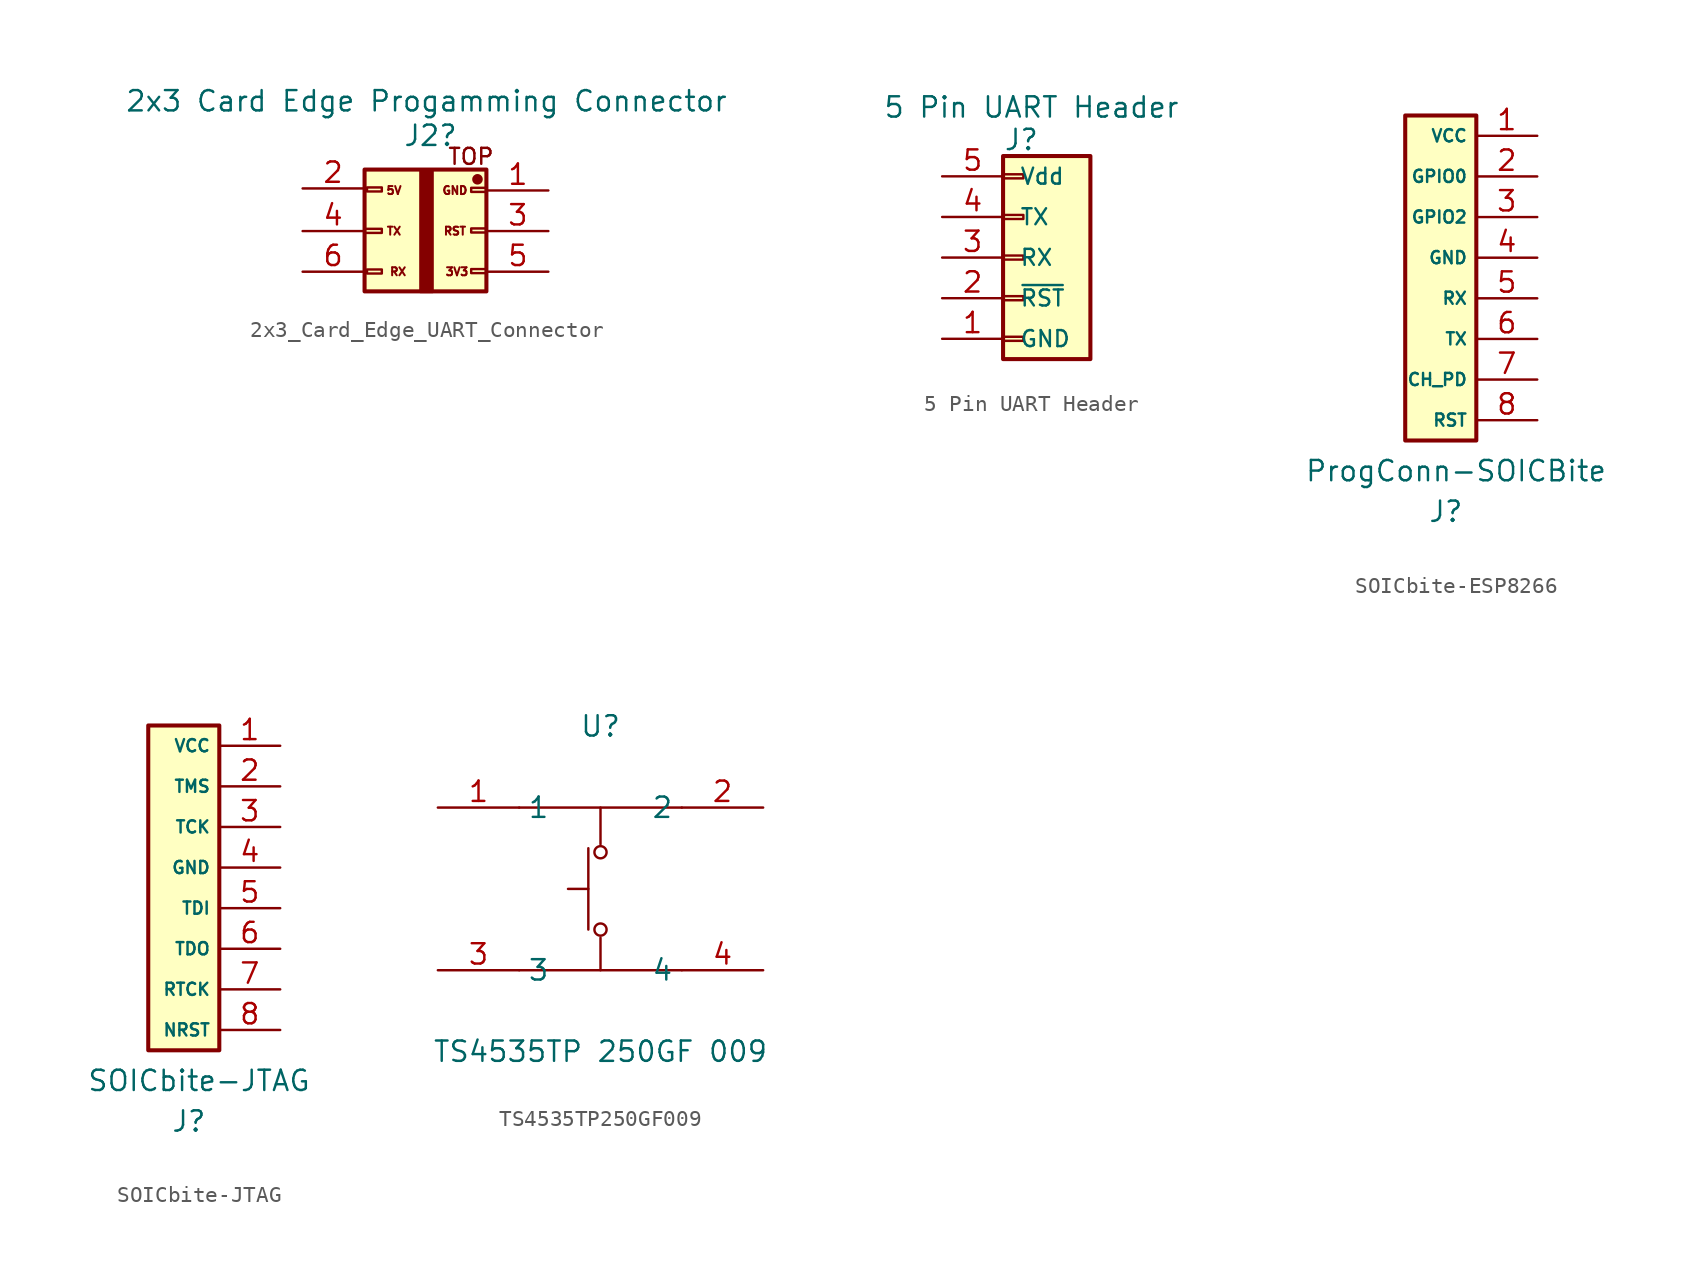
<source format=kicad_sym>
(kicad_symbol_lib
  (version 20220914)
  (generator kicad_symbol_editor)
  (symbol "2x3_Card_Edge_UART_Connector"
    (pin_names
      (offset 1.016) hide)
    (property "Reference" "J2"
      (at 0.508 2.54 0)
      (effects (font (size 1.27 1.27))))
    (property "Value" "2x3 Card Edge Progamming Connector"
      (at 0.254 4.699 0)
      (effects (font (size 1.27 1.27))))
    (symbol "2x3_Card_Edge_UART_Connector_1_1"
      (rectangle (start -3.619 -3.289) (end -2.54 -3.543) (stroke (width 0.152) (type default)) (fill (type none)))
      (rectangle (start -3.619 0.419) (end 4 -7.201) (stroke (width 0.254) (type default)) (fill (type background)))
      (rectangle (start -3.467 -5.829) (end -2.54 -6.083) (stroke (width 0.152) (type default)) (fill (type none)))
      (rectangle (start -3.467 -0.699) (end -2.54 -0.953) (stroke (width 0.152) (type default)) (fill (type none)))
      (rectangle (start -0.127 0.381) (end 0.635 -7.239) (stroke (width 0) (type default)) (fill (type outline)))
      (rectangle (start 3.048 -5.804) (end 4 -6.058) (stroke (width 0.152) (type default)) (fill (type none)))
      (rectangle (start 3.048 -3.264) (end 4 -3.518) (stroke (width 0.152) (type default)) (fill (type none)))
      (rectangle (start 3.048 -0.724) (end 4 -0.978) (stroke (width 0.152) (type default)) (fill (type none)))
      (circle (center 3.442 -0.191) (radius 0.254) (stroke (width 0) (type default)) (fill (type outline)))
      (text "3V3\n" (at 2.159 -5.969 0) (effects (font (size 0.5 0.5))))
      (text "5V\n" (at -1.778 -0.889 0) (effects (font (size 0.5 0.5))))
      (text "GND" (at 2.032 -0.889 0) (effects (font (size 0.5 0.5))))
      (text "RST" (at 2.032 -3.429 0) (effects (font (size 0.5 0.5))))
      (text "RX" (at -1.524 -5.969 0) (effects (font (size 0.5 0.5))))
      (text "TOP" (at 3.035 1.232 0) (effects (font (size 1 1))))
      (text "TX" (at -1.778 -3.429 0) (effects (font (size 0.5 0.5))))
      (pin passive line (at 7.874 -0.889 180) (length 3.81) (name "GND" (effects (font (size 1.27 1.27)))) (number "1" (effects (font (size 1.27 1.27)))))
      (pin power_out line (at -7.493 -0.762 0) (length 3.81) (name "5V" (effects (font (size 1.27 1.27)))) (number "2" (effects (font (size 1.27 1.27)))))
      (pin passive line (at 7.874 -3.429 180) (length 3.81) (name "RST" (effects (font (size 1.27 1.27)))) (number "3" (effects (font (size 1.27 1.27)))))
      (pin passive line (at -7.493 -3.429 0) (length 3.81) (name "TX" (effects (font (size 1.27 1.27)))) (number "4" (effects (font (size 1.27 1.27)))))
      (pin power_out line (at 7.874 -5.969 180) (length 3.81) (name "3V3" (effects (font (size 1.27 1.27)))) (number "5" (effects (font (size 1.27 1.27)))))
      (pin passive line (at -7.493 -5.969 0) (length 3.81) (name "RX" (effects (font (size 1.27 1.27)))) (number "6" (effects (font (size 1.27 1.27)))))))
  (symbol "5 Pin UART Header"
    (pin_names
      (offset 1.016))
    (property "Reference" "J"
      (at -0.127 7.366 0)
      (effects (font (size 1.27 1.27))))
    (property "Value" "5 Pin UART Header"
      (at 0.508 9.398 0)
      (effects (font (size 1.27 1.27))))
    (symbol "5 Pin UART Header_1_1"
      (rectangle (start -1.27 -4.953) (end 0 -5.207) (stroke (width 0.152) (type default)) (fill (type none)))
      (rectangle (start -1.27 6.35) (end 4.191 -6.35) (stroke (width 0.254) (type default)) (fill (type background)))
      (rectangle (start 0 -2.413) (end -1.27 -2.667) (stroke (width 0.152) (type default)) (fill (type none)))
      (rectangle (start 0 0.127) (end -1.27 -0.127) (stroke (width 0.152) (type default)) (fill (type none)))
      (rectangle (start 0 2.667) (end -1.27 2.413) (stroke (width 0.152) (type default)) (fill (type none)))
      (rectangle (start 0 5.207) (end -1.27 4.953) (stroke (width 0.152) (type default)) (fill (type none)))
      (pin passive line (at -5.08 -5.08 0) (length 3.81) (name "GND" (effects (font (size 1 1)))) (number "1" (effects (font (size 1.27 1.27)))))
      (pin passive line (at -5.08 -2.54 0) (length 3.81) (name "~{RST}" (effects (font (size 1 1)))) (number "2" (effects (font (size 1.27 1.27)))))
      (pin passive line (at -5.08 0 0) (length 3.81) (name "RX" (effects (font (size 1 1)))) (number "3" (effects (font (size 1.27 1.27)))))
      (pin passive line (at -5.08 2.54 0) (length 3.81) (name "TX" (effects (font (size 1 1)))) (number "4" (effects (font (size 1.27 1.27)))))
      (pin passive line (at -5.08 5.08 0) (length 3.81) (name "Vdd" (effects (font (size 1 1)))) (number "5" (effects (font (size 1.27 1.27)))))))
  (symbol "SOICbite-ESP8266"
    (property "Reference" "J"
      (at -8.255 -1.905 0)
      (effects (font (size 1.27 1.27))))
    (property "Value" "ProgConn-SOICBite"
      (at -7.62 0.635 0)
      (effects (font (size 1.27 1.27))))
    (symbol "SOICbite-ESP8266_1_1"
      (rectangle (start -10.795 22.86) (end -6.35 2.54) (stroke (width 0.254) (type default)) (fill (type background)))
      (pin passive line (at -2.54 21.59 180) (length 3.81) (name "VCC" (effects (font (size 0.762 0.762)))) (number "1" (effects (font (size 1.27 1.27)))))
      (pin passive line (at -2.54 19.05 180) (length 3.81) (name "GPIO0" (effects (font (size 0.762 0.762)))) (number "2" (effects (font (size 1.27 1.27)))))
      (pin passive line (at -2.54 16.51 180) (length 3.81) (name "GPIO2" (effects (font (size 0.762 0.762)))) (number "3" (effects (font (size 1.27 1.27)))))
      (pin passive line (at -2.54 13.97 180) (length 3.81) (name "GND" (effects (font (size 0.762 0.762)))) (number "4" (effects (font (size 1.27 1.27)))))
      (pin passive line (at -2.54 11.43 180) (length 3.81) (name "RX" (effects (font (size 0.762 0.762)))) (number "5" (effects (font (size 1.27 1.27)))))
      (pin passive line (at -2.54 8.89 180) (length 3.81) (name "TX" (effects (font (size 0.762 0.762)))) (number "6" (effects (font (size 1.27 1.27)))))
      (pin passive line (at -2.54 6.35 180) (length 3.81) (name "CH_PD" (effects (font (size 0.762 0.762)))) (number "7" (effects (font (size 1.27 1.27)))))
      (pin passive line (at -2.54 3.81 180) (length 3.81) (name "RST" (effects (font (size 0.762 0.762)))) (number "8" (effects (font (size 1.27 1.27)))))))
  (symbol "SOICbite-JTAG"
    (property "Reference" "J"
      (at -8.255 -1.905 0)
      (effects (font (size 1.27 1.27))))
    (property "Value" "SOICbite-JTAG"
      (at -7.62 0.635 0)
      (effects (font (size 1.27 1.27))))
    (symbol "SOICbite-JTAG_1_1"
      (rectangle (start -10.795 22.86) (end -6.35 2.54) (stroke (width 0.254) (type default)) (fill (type background)))
      (pin passive line (at -2.54 21.59 180) (length 3.81) (name "VCC" (effects (font (size 0.762 0.762)))) (number "1" (effects (font (size 1.27 1.27)))))
      (pin passive line (at -2.54 19.05 180) (length 3.81) (name "TMS" (effects (font (size 0.762 0.762)))) (number "2" (effects (font (size 1.27 1.27)))))
      (pin passive line (at -2.54 16.51 180) (length 3.81) (name "TCK" (effects (font (size 0.762 0.762)))) (number "3" (effects (font (size 1.27 1.27)))))
      (pin passive line (at -2.54 13.97 180) (length 3.81) (name "GND" (effects (font (size 0.762 0.762)))) (number "4" (effects (font (size 1.27 1.27)))))
      (pin passive line (at -2.54 11.43 180) (length 3.81) (name "TDI" (effects (font (size 0.762 0.762)))) (number "5" (effects (font (size 1.27 1.27)))))
      (pin passive line (at -2.54 8.89 180) (length 3.81) (name "TDO" (effects (font (size 0.762 0.762)))) (number "6" (effects (font (size 1.27 1.27)))))
      (pin passive line (at -2.54 6.35 180) (length 3.81) (name "RTCK" (effects (font (size 0.762 0.762)))) (number "7" (effects (font (size 1.27 1.27)))))
      (pin passive line (at -2.54 3.81 180) (length 3.81) (name "NRST" (effects (font (size 0.762 0.762)))) (number "8" (effects (font (size 1.27 1.27)))))))
  (symbol "TS4535TP250GF009"
    (property "Reference" "U"
      (at 0 10.16 0)
      (effects (font (size 1.27 1.27))))
    (property "Value" "TS4535TP 250GF 009"
      (at 0 -10.16 0)
      (effects (font (size 1.27 1.27))))
    (symbol "TS4535TP250GF009_0_1"
      (circle (center 0.00 -2.54) (radius 0.38) (stroke (width 0) (type default) (color 0 0 0 0)) (fill (type none)))
      (circle (center 0.00 2.29) (radius 0.38) (stroke (width 0) (type default) (color 0 0 0 0)) (fill (type none)))
      (polyline (pts (xy -5.08 -5.08) (xy 5.08 -5.08)) (stroke (width 0) (type default) (color 0 0 0 0)) (fill (type none)))
      (polyline (pts (xy -5.08 5.08) (xy 5.08 5.08)) (stroke (width 0) (type default) (color 0 0 0 0)) (fill (type none)))
      (polyline (pts (xy 0.00 -5.08) (xy 0.00 -3.05)) (stroke (width 0) (type default) (color 0 0 0 0)) (fill (type none)))
      (polyline (pts (xy 0.00 5.08) (xy 0.00 2.79)) (stroke (width 0) (type default) (color 0 0 0 0)) (fill (type none)))
      (polyline (pts (xy -0.76 2.54) (xy -0.76 -2.54)) (stroke (width 0) (type default) (color 0 0 0 0)) (fill (type none)))
      (polyline (pts (xy -2.03 -0.00) (xy -0.76 -0.00)) (stroke (width 0) (type default) (color 0 0 0 0)) (fill (type none)))
      (pin unspecified line (at -10.16 -5.08 0) (length 5.08) (name "3" (effects (font (size 1.27 1.27)))) (number "3" (effects (font (size 1.27 1.27)))))
      (pin unspecified line (at 10.16 -5.08 180) (length 5.08) (name "4" (effects (font (size 1.27 1.27)))) (number "4" (effects (font (size 1.27 1.27)))))
      (pin unspecified line (at -10.16 5.08 0) (length 5.08) (name "1" (effects (font (size 1.27 1.27)))) (number "1" (effects (font (size 1.27 1.27)))))
      (pin unspecified line (at 10.16 5.08 180) (length 5.08) (name "2" (effects (font (size 1.27 1.27)))) (number "2" (effects (font (size 1.27 1.27))))))))
</source>
